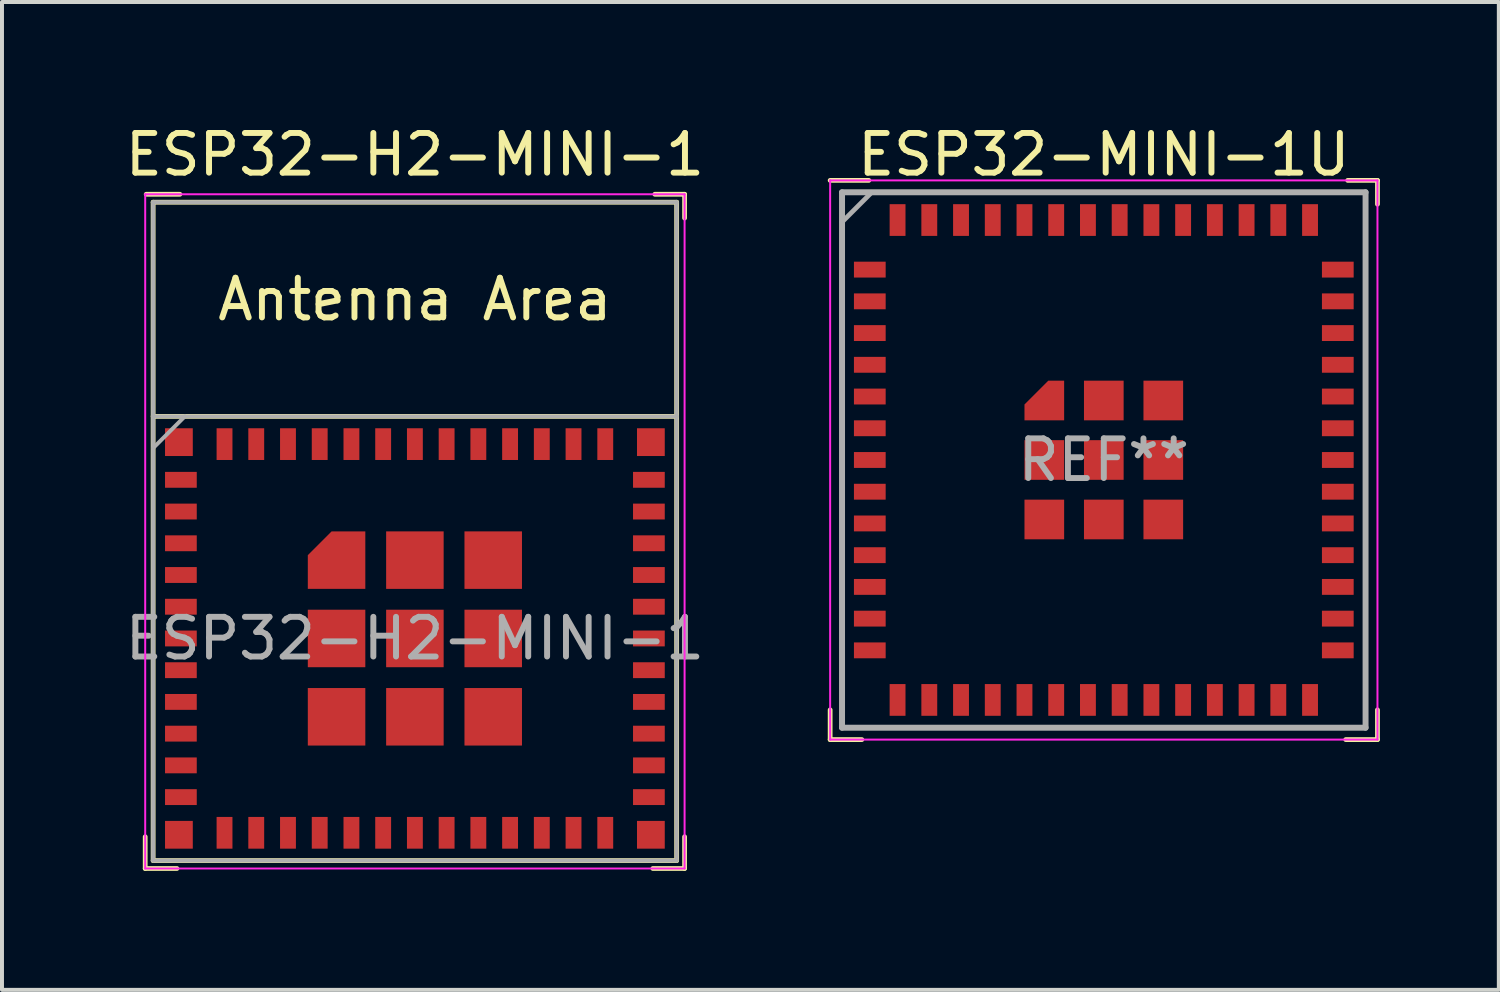
<source format=kicad_pcb>
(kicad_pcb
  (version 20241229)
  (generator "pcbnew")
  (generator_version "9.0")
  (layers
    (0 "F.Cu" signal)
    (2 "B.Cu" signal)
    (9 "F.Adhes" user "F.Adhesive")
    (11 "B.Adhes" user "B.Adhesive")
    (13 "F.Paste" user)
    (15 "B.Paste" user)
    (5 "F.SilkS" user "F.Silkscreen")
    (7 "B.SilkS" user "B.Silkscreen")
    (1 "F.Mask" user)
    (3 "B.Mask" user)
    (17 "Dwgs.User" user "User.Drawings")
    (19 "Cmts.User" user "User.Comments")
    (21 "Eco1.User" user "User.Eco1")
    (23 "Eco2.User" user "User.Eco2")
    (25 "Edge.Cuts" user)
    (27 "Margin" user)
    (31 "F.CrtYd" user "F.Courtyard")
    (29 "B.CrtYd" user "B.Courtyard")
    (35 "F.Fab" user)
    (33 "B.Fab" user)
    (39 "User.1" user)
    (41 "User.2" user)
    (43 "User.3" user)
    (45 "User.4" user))
  (footprint "ESP32-MINI-1U"
    (layer "F.Cu")
    (at 24.781 8.548)
    (property "Reference" "ESP32-MINI-1U" (at 0 -7.7 0) (layer "F.SilkS") (effects (font (size 1 1) (thickness 0.15))))
    (attr smd)
    (fp_line (start -6.9 6.3) (end -6.9 7.05) (stroke (width 0.12) (type solid)) (layer "F.SilkS"))
    (fp_line (start -6.9 7.05) (end -6.1 7.05) (stroke (width 0.12) (type solid)) (layer "F.SilkS"))
    (fp_line (start -6.6 -6.75) (end 6.6 -6.75) (stroke (width 0.12) (type solid)) (layer "F.SilkS"))
    (fp_line (start -6.6 6.75) (end -6.6 -6.75) (stroke (width 0.12) (type solid)) (layer "F.SilkS"))
    (fp_line (start -5.925 -7.05) (end -6.9 -7.05) (stroke (width 0.12) (type solid)) (layer "F.SilkS"))
    (fp_line (start 6.15 -7.05) (end 6.9 -7.05) (stroke (width 0.12) (type solid)) (layer "F.SilkS"))
    (fp_line (start 6.6 -6.75) (end 6.6 6.75) (stroke (width 0.12) (type solid)) (layer "F.SilkS"))
    (fp_line (start 6.6 6.75) (end -6.6 6.75) (stroke (width 0.12) (type solid)) (layer "F.SilkS"))
    (fp_line (start 6.9 -7.05) (end 6.9 -6.45) (stroke (width 0.12) (type solid)) (layer "F.SilkS"))
    (fp_line (start 6.9 6.3) (end 6.9 7.05) (stroke (width 0.12) (type solid)) (layer "F.SilkS"))
    (fp_line (start 6.9 7.05) (end 6.1 7.05) (stroke (width 0.12) (type solid)) (layer "F.SilkS"))
    (fp_line (start -6.9 -7.05) (end 6.9 -7.05) (stroke (width 0.05) (type solid)) (layer "F.CrtYd"))
    (fp_line (start -6.9 7.05) (end -6.9 -7.05) (stroke (width 0.05) (type solid)) (layer "F.CrtYd"))
    (fp_line (start 6.9 -7.05) (end 6.9 7.05) (stroke (width 0.05) (type solid)) (layer "F.CrtYd"))
    (fp_line (start 6.9 7.05) (end -6.9 7.05) (stroke (width 0.05) (type solid)) (layer "F.CrtYd"))
    (fp_line (start -6.6 -6.75) (end -6.6 6.75) (stroke (width 0.15) (type solid)) (layer "F.Fab"))
    (fp_line (start -6.6 6.75) (end 6.6 6.75) (stroke (width 0.15) (type solid)) (layer "F.Fab"))
    (fp_line (start -5.85 -6.75) (end -6.6 -6) (stroke (width 0.12) (type solid)) (layer "F.Fab"))
    (fp_line (start 6.6 -6.75) (end -6.6 -6.75) (stroke (width 0.15) (type solid)) (layer "F.Fab"))
    (fp_line (start 6.6 6.75) (end 6.6 -6.75) (stroke (width 0.15) (type solid)) (layer "F.Fab"))
    (fp_text user "REF**" (at 0 0 0) (layer "F.Fab") (effects (font (size 1 1) (thickness 0.15))))
    (pad "1" smd rect (at -5.9 -4.8 90) (size 0.4 0.8) (layers "F.Cu" "F.Mask" "F.Paste"))
    (pad "2" smd rect (at -5.9 -4 90) (size 0.4 0.8) (layers "F.Cu" "F.Mask" "F.Paste"))
    (pad "3" smd rect (at -5.9 -3.2 90) (size 0.4 0.8) (layers "F.Cu" "F.Mask" "F.Paste"))
    (pad "4" smd rect (at -5.9 -2.4 90) (size 0.4 0.8) (layers "F.Cu" "F.Mask" "F.Paste"))
    (pad "5" smd rect (at -5.9 -1.6 90) (size 0.4 0.8) (layers "F.Cu" "F.Mask" "F.Paste"))
    (pad "6" smd rect (at -5.9 -0.8 90) (size 0.4 0.8) (layers "F.Cu" "F.Mask" "F.Paste"))
    (pad "7" smd rect (at -5.9 0 90) (size 0.4 0.8) (layers "F.Cu" "F.Mask" "F.Paste"))
    (pad "8" smd rect (at -5.9 0.8 90) (size 0.4 0.8) (layers "F.Cu" "F.Mask" "F.Paste"))
    (pad "9" smd rect (at -5.9 1.6 90) (size 0.4 0.8) (layers "F.Cu" "F.Mask" "F.Paste"))
    (pad "10" smd rect (at -5.9 2.4 90) (size 0.4 0.8) (layers "F.Cu" "F.Mask" "F.Paste"))
    (pad "11" smd rect (at -5.9 3.2 90) (size 0.4 0.8) (layers "F.Cu" "F.Mask" "F.Paste"))
    (pad "12" smd rect (at -5.9 4 90) (size 0.4 0.8) (layers "F.Cu" "F.Mask" "F.Paste"))
    (pad "13" smd rect (at -5.9 4.8 90) (size 0.4 0.8) (layers "F.Cu" "F.Mask" "F.Paste"))
    (pad "14" smd rect (at -5.2 6.05) (size 0.4 0.8) (layers "F.Cu" "F.Mask" "F.Paste"))
    (pad "15" smd rect (at -4.4 6.05) (size 0.4 0.8) (layers "F.Cu" "F.Mask" "F.Paste"))
    (pad "16" smd rect (at -3.6 6.05) (size 0.4 0.8) (layers "F.Cu" "F.Mask" "F.Paste"))
    (pad "17" smd rect (at -2.8 6.05) (size 0.4 0.8) (layers "F.Cu" "F.Mask" "F.Paste"))
    (pad "18" smd rect (at -2 6.05) (size 0.4 0.8) (layers "F.Cu" "F.Mask" "F.Paste"))
    (pad "19" smd rect (at -1.2 6.05) (size 0.4 0.8) (layers "F.Cu" "F.Mask" "F.Paste"))
    (pad "20" smd rect (at -0.4 6.05) (size 0.4 0.8) (layers "F.Cu" "F.Mask" "F.Paste"))
    (pad "21" smd rect (at 0.4 6.05) (size 0.4 0.8) (layers "F.Cu" "F.Mask" "F.Paste"))
    (pad "22" smd rect (at 1.2 6.05) (size 0.4 0.8) (layers "F.Cu" "F.Mask" "F.Paste"))
    (pad "23" smd rect (at 2 6.05) (size 0.4 0.8) (layers "F.Cu" "F.Mask" "F.Paste"))
    (pad "24" smd rect (at 2.8 6.05) (size 0.4 0.8) (layers "F.Cu" "F.Mask" "F.Paste"))
    (pad "25" smd rect (at 3.6 6.05) (size 0.4 0.8) (layers "F.Cu" "F.Mask" "F.Paste"))
    (pad "26" smd rect (at 4.4 6.05) (size 0.4 0.8) (layers "F.Cu" "F.Mask" "F.Paste"))
    (pad "27" smd rect (at 5.2 6.05) (size 0.4 0.8) (layers "F.Cu" "F.Mask" "F.Paste"))
    (pad "28" smd rect (at 5.9 4.8 90) (size 0.4 0.8) (layers "F.Cu" "F.Mask" "F.Paste"))
    (pad "29" smd rect (at 5.9 4 90) (size 0.4 0.8) (layers "F.Cu" "F.Mask" "F.Paste"))
    (pad "30" smd rect (at 5.9 3.2 90) (size 0.4 0.8) (layers "F.Cu" "F.Mask" "F.Paste"))
    (pad "31" smd rect (at 5.9 2.4 90) (size 0.4 0.8) (layers "F.Cu" "F.Mask" "F.Paste"))
    (pad "32" smd rect (at 5.9 1.6 90) (size 0.4 0.8) (layers "F.Cu" "F.Mask" "F.Paste"))
    (pad "33" smd rect (at 5.9 0.8 90) (size 0.4 0.8) (layers "F.Cu" "F.Mask" "F.Paste"))
    (pad "34" smd rect (at 5.9 0 90) (size 0.4 0.8) (layers "F.Cu" "F.Mask" "F.Paste"))
    (pad "35" smd rect (at 5.9 -0.8 90) (size 0.4 0.8) (layers "F.Cu" "F.Mask" "F.Paste"))
    (pad "36" smd rect (at 5.9 -1.6 90) (size 0.4 0.8) (layers "F.Cu" "F.Mask" "F.Paste"))
    (pad "37" smd rect (at 5.9 -2.4 90) (size 0.4 0.8) (layers "F.Cu" "F.Mask" "F.Paste"))
    (pad "38" smd rect (at 5.9 -3.2 90) (size 0.4 0.8) (layers "F.Cu" "F.Mask" "F.Paste"))
    (pad "39" smd rect (at 5.9 -4 90) (size 0.4 0.8) (layers "F.Cu" "F.Mask" "F.Paste"))
    (pad "40" smd rect (at 5.9 -4.8 90) (size 0.4 0.8) (layers "F.Cu" "F.Mask" "F.Paste"))
    (pad "41" smd rect (at 5.2 -6.05) (size 0.4 0.8) (layers "F.Cu" "F.Mask" "F.Paste"))
    (pad "42" smd rect (at 4.4 -6.05) (size 0.4 0.8) (layers "F.Cu" "F.Mask" "F.Paste"))
    (pad "43" smd rect (at 3.6 -6.05) (size 0.4 0.8) (layers "F.Cu" "F.Mask" "F.Paste"))
    (pad "44" smd rect (at 2.8 -6.05) (size 0.4 0.8) (layers "F.Cu" "F.Mask" "F.Paste"))
    (pad "45" smd rect (at 2 -6.05) (size 0.4 0.8) (layers "F.Cu" "F.Mask" "F.Paste"))
    (pad "46" smd rect (at 1.2 -6.05) (size 0.4 0.8) (layers "F.Cu" "F.Mask" "F.Paste"))
    (pad "47" smd rect (at 0.4 -6.05) (size 0.4 0.8) (layers "F.Cu" "F.Mask" "F.Paste"))
    (pad "48" smd rect (at -0.4 -6.05) (size 0.4 0.8) (layers "F.Cu" "F.Mask" "F.Paste"))
    (pad "49" smd rect (at -1.2 -6.05) (size 0.4 0.8) (layers "F.Cu" "F.Mask" "F.Paste"))
    (pad "50" smd rect (at -2 -6.05) (size 0.4 0.8) (layers "F.Cu" "F.Mask" "F.Paste"))
    (pad "51" smd rect (at -2.8 -6.05) (size 0.4 0.8) (layers "F.Cu" "F.Mask" "F.Paste"))
    (pad "52" smd rect (at -3.6 -6.05) (size 0.4 0.8) (layers "F.Cu" "F.Mask" "F.Paste"))
    (pad "53" smd rect (at -4.4 -6.05) (size 0.4 0.8) (layers "F.Cu" "F.Mask" "F.Paste"))
    (pad "54" smd rect (at -5.2 -6.05) (size 0.4 0.8) (layers "F.Cu" "F.Mask" "F.Paste"))
    (pad "55" smd custom (at -1.5 -1.5 90) (size 0.4 0.4) (layers "F.Cu" "F.Mask" "F.Paste") (options (anchor rect)) (primitives (gr_poly (pts (xy -0.5 0.5) (xy -0.5 -0.5) (xy -0.1 -0.5) (xy 0.5 0.1) (xy 0.5 0.5)) (width 0) (fill yes))))
    (pad "55" smd rect (at -1.5 0 90) (size 1 1) (layers "F.Cu" "F.Mask" "F.Paste"))
    (pad "55" smd rect (at -1.5 1.5 90) (size 1 1) (layers "F.Cu" "F.Mask" "F.Paste"))
    (pad "55" smd rect (at 0 -1.5 90) (size 1 1) (layers "F.Cu" "F.Mask" "F.Paste"))
    (pad "55" smd rect (at 0 0 90) (size 1 1) (layers "F.Cu" "F.Mask" "F.Paste"))
    (pad "55" smd rect (at 0 1.5 90) (size 1 1) (layers "F.Cu" "F.Mask" "F.Paste"))
    (pad "55" smd rect (at 1.5 -1.5 90) (size 1 1) (layers "F.Cu" "F.Mask" "F.Paste"))
    (pad "55" smd rect (at 1.5 0 90) (size 1 1) (layers "F.Cu" "F.Mask" "F.Paste"))
    (pad "55" smd rect (at 1.5 1.5 90) (size 1 1) (layers "F.Cu" "F.Mask" "F.Paste")))
  (footprint "ESP32-H2-MINI-1"
    (layer "F.Cu")
    (at 7.411 10.348)
    (property "Reference" "ESP32-H2-MINI-1" (at 0 -9.5 0) (layer "F.SilkS") (effects (font (size 1 1) (thickness 0.15))))
    (attr smd)
    (fp_line (start -6.8 7.7) (end -6.8 8.5) (stroke (width 0.12) (type solid)) (layer "F.SilkS"))
    (fp_line (start -6.8 8.5) (end -6 8.5) (stroke (width 0.12) (type solid)) (layer "F.SilkS"))
    (fp_line (start -6.6 -8.3) (end 6.6 -8.3) (stroke (width 0.12) (type solid)) (layer "F.SilkS"))
    (fp_line (start -6.6 -2.9) (end 6.6 -2.9) (stroke (width 0.12) (type solid)) (layer "F.SilkS"))
    (fp_line (start -6.6 8.3) (end -6.6 -8.3) (stroke (width 0.12) (type solid)) (layer "F.SilkS"))
    (fp_line (start -5.925 -8.5) (end -6.775 -8.5) (stroke (width 0.12) (type solid)) (layer "F.SilkS"))
    (fp_line (start 6.05 -8.5) (end 6.8 -8.5) (stroke (width 0.12) (type solid)) (layer "F.SilkS"))
    (fp_line (start 6.6 -8.3) (end 6.6 8.3) (stroke (width 0.12) (type solid)) (layer "F.SilkS"))
    (fp_line (start 6.6 8.3) (end -6.6 8.3) (stroke (width 0.12) (type solid)) (layer "F.SilkS"))
    (fp_line (start 6.8 -8.5) (end 6.8 -7.9) (stroke (width 0.12) (type solid)) (layer "F.SilkS"))
    (fp_line (start 6.8 7.7) (end 6.8 8.5) (stroke (width 0.12) (type solid)) (layer "F.SilkS"))
    (fp_line (start 6.8 8.5) (end 6 8.5) (stroke (width 0.12) (type solid)) (layer "F.SilkS"))
    (fp_line (start -6.8 -8.5) (end 6.8 -8.5) (stroke (width 0.05) (type solid)) (layer "F.CrtYd"))
    (fp_line (start -6.8 8.5) (end -6.8 -8.5) (stroke (width 0.05) (type solid)) (layer "F.CrtYd"))
    (fp_line (start 6.8 -8.5) (end 6.8 8.5) (stroke (width 0.05) (type solid)) (layer "F.CrtYd"))
    (fp_line (start 6.8 8.5) (end -6.8 8.5) (stroke (width 0.05) (type solid)) (layer "F.CrtYd"))
    (fp_line (start -6.6 8.3) (end -6.6 -8.3) (stroke (width 0.1) (type solid)) (layer "F.Fab"))
    (fp_line (start -6.6 8.3) (end 6.6 8.3) (stroke (width 0.1) (type solid)) (layer "F.Fab"))
    (fp_line (start -5.8 -2.9) (end -6.6 -2.1) (stroke (width 0.1) (type solid)) (layer "F.Fab"))
    (fp_line (start 6.6 -8.3) (end -6.6 -8.3) (stroke (width 0.1) (type solid)) (layer "F.Fab"))
    (fp_line (start 6.6 -2.9) (end -6.6 -2.9) (stroke (width 0.1) (type solid)) (layer "F.Fab"))
    (fp_line (start 6.6 8.3) (end 6.6 -8.3) (stroke (width 0.1) (type solid)) (layer "F.Fab"))
    (fp_text user "Antenna Area" (at 0 -5.85 0) (layer "F.SilkS") (effects (font (size 1 1) (thickness 0.15))))
    (fp_text user "${REFERENCE}" (at 0 2.7 0) (layer "F.Fab") (effects (font (size 1 1) (thickness 0.15))))
    (pad "1" smd rect (at -5.9 -1.3 90) (size 0.4 0.8) (layers "F.Cu" "F.Mask" "F.Paste"))
    (pad "2" smd rect (at -5.9 -0.5 90) (size 0.4 0.8) (layers "F.Cu" "F.Mask" "F.Paste"))
    (pad "3" smd rect (at -5.9 0.3 90) (size 0.4 0.8) (layers "F.Cu" "F.Mask" "F.Paste"))
    (pad "4" smd rect (at -5.9 1.1 90) (size 0.4 0.8) (layers "F.Cu" "F.Mask" "F.Paste"))
    (pad "5" smd rect (at -5.9 1.9 90) (size 0.4 0.8) (layers "F.Cu" "F.Mask" "F.Paste"))
    (pad "6" smd rect (at -5.9 2.7 90) (size 0.4 0.8) (layers "F.Cu" "F.Mask" "F.Paste"))
    (pad "7" smd rect (at -5.9 3.5 90) (size 0.4 0.8) (layers "F.Cu" "F.Mask" "F.Paste"))
    (pad "8" smd rect (at -5.9 4.3 90) (size 0.4 0.8) (layers "F.Cu" "F.Mask" "F.Paste"))
    (pad "9" smd rect (at -5.9 5.1 90) (size 0.4 0.8) (layers "F.Cu" "F.Mask" "F.Paste"))
    (pad "10" smd rect (at -5.9 5.9 90) (size 0.4 0.8) (layers "F.Cu" "F.Mask" "F.Paste"))
    (pad "11" smd rect (at -5.9 6.7 90) (size 0.4 0.8) (layers "F.Cu" "F.Mask" "F.Paste"))
    (pad "12" smd rect (at -4.8 7.6) (size 0.4 0.8) (layers "F.Cu" "F.Mask" "F.Paste"))
    (pad "13" smd rect (at -4 7.6) (size 0.4 0.8) (layers "F.Cu" "F.Mask" "F.Paste"))
    (pad "14" smd rect (at -3.2 7.6) (size 0.4 0.8) (layers "F.Cu" "F.Mask" "F.Paste"))
    (pad "15" smd rect (at -2.4 7.6) (size 0.4 0.8) (layers "F.Cu" "F.Mask" "F.Paste"))
    (pad "16" smd rect (at -1.6 7.6) (size 0.4 0.8) (layers "F.Cu" "F.Mask" "F.Paste"))
    (pad "17" smd rect (at -0.8 7.6) (size 0.4 0.8) (layers "F.Cu" "F.Mask" "F.Paste"))
    (pad "18" smd rect (at 0 7.6) (size 0.4 0.8) (layers "F.Cu" "F.Mask" "F.Paste"))
    (pad "19" smd rect (at 0.8 7.6) (size 0.4 0.8) (layers "F.Cu" "F.Mask" "F.Paste"))
    (pad "20" smd rect (at 1.6 7.6) (size 0.4 0.8) (layers "F.Cu" "F.Mask" "F.Paste"))
    (pad "21" smd rect (at 2.4 7.6) (size 0.4 0.8) (layers "F.Cu" "F.Mask" "F.Paste"))
    (pad "22" smd rect (at 3.2 7.6) (size 0.4 0.8) (layers "F.Cu" "F.Mask" "F.Paste"))
    (pad "23" smd rect (at 4 7.6) (size 0.4 0.8) (layers "F.Cu" "F.Mask" "F.Paste"))
    (pad "24" smd rect (at 4.8 7.6) (size 0.4 0.8) (layers "F.Cu" "F.Mask" "F.Paste"))
    (pad "25" smd rect (at 5.9 6.7 90) (size 0.4 0.8) (layers "F.Cu" "F.Mask" "F.Paste"))
    (pad "26" smd rect (at 5.9 5.9 90) (size 0.4 0.8) (layers "F.Cu" "F.Mask" "F.Paste"))
    (pad "27" smd rect (at 5.9 5.1 90) (size 0.4 0.8) (layers "F.Cu" "F.Mask" "F.Paste"))
    (pad "28" smd rect (at 5.9 4.3 90) (size 0.4 0.8) (layers "F.Cu" "F.Mask" "F.Paste"))
    (pad "29" smd rect (at 5.9 3.5 90) (size 0.4 0.8) (layers "F.Cu" "F.Mask" "F.Paste"))
    (pad "30" smd rect (at 5.9 2.7 90) (size 0.4 0.8) (layers "F.Cu" "F.Mask" "F.Paste"))
    (pad "31" smd rect (at 5.9 1.9 90) (size 0.4 0.8) (layers "F.Cu" "F.Mask" "F.Paste"))
    (pad "32" smd rect (at 5.9 1.1 90) (size 0.4 0.8) (layers "F.Cu" "F.Mask" "F.Paste"))
    (pad "33" smd rect (at 5.9 0.3 90) (size 0.4 0.8) (layers "F.Cu" "F.Mask" "F.Paste"))
    (pad "34" smd rect (at 5.9 -0.5 90) (size 0.4 0.8) (layers "F.Cu" "F.Mask" "F.Paste"))
    (pad "35" smd rect (at 5.9 -1.3 90) (size 0.4 0.8) (layers "F.Cu" "F.Mask" "F.Paste"))
    (pad "36" smd rect (at 4.8 -2.2) (size 0.4 0.8) (layers "F.Cu" "F.Mask" "F.Paste"))
    (pad "37" smd rect (at 4 -2.2) (size 0.4 0.8) (layers "F.Cu" "F.Mask" "F.Paste"))
    (pad "38" smd rect (at 3.2 -2.2) (size 0.4 0.8) (layers "F.Cu" "F.Mask" "F.Paste"))
    (pad "39" smd rect (at 2.4 -2.2) (size 0.4 0.8) (layers "F.Cu" "F.Mask" "F.Paste"))
    (pad "40" smd rect (at 1.6 -2.2) (size 0.4 0.8) (layers "F.Cu" "F.Mask" "F.Paste"))
    (pad "41" smd rect (at 0.8 -2.2) (size 0.4 0.8) (layers "F.Cu" "F.Mask" "F.Paste"))
    (pad "42" smd rect (at 0 -2.2) (size 0.4 0.8) (layers "F.Cu" "F.Mask" "F.Paste"))
    (pad "43" smd rect (at -0.8 -2.2) (size 0.4 0.8) (layers "F.Cu" "F.Mask" "F.Paste"))
    (pad "44" smd rect (at -1.6 -2.2) (size 0.4 0.8) (layers "F.Cu" "F.Mask" "F.Paste"))
    (pad "45" smd rect (at -2.4 -2.2) (size 0.4 0.8) (layers "F.Cu" "F.Mask" "F.Paste"))
    (pad "46" smd rect (at -3.2 -2.2) (size 0.4 0.8) (layers "F.Cu" "F.Mask" "F.Paste"))
    (pad "47" smd rect (at -4 -2.2) (size 0.4 0.8) (layers "F.Cu" "F.Mask" "F.Paste"))
    (pad "48" smd rect (at -4.8 -2.2) (size 0.4 0.8) (layers "F.Cu" "F.Mask" "F.Paste"))
    (pad "49" smd custom (at -1.975 0.725) (size 0.8 0.8) (layers "F.Cu" "F.Mask" "F.Paste") (options (anchor rect)) (primitives (gr_poly (pts (xy 0.725 0.725) (xy -0.725 0.725) (xy -0.725 -0.125) (xy -0.125 -0.725) (xy 0.725 -0.725)) (width 0) (fill yes))))
    (pad "49" smd rect (at -1.975 2.7 90) (size 1.45 1.45) (layers "F.Cu" "F.Mask" "F.Paste"))
    (pad "49" smd rect (at -1.975 4.675 90) (size 1.45 1.45) (layers "F.Cu" "F.Mask" "F.Paste"))
    (pad "49" smd rect (at 0 0.725 90) (size 1.45 1.45) (layers "F.Cu" "F.Mask" "F.Paste"))
    (pad "49" smd rect (at 0 2.7 90) (size 1.45 1.45) (layers "F.Cu" "F.Mask" "F.Paste"))
    (pad "49" smd rect (at 0 4.675 90) (size 1.45 1.45) (layers "F.Cu" "F.Mask" "F.Paste"))
    (pad "49" smd rect (at 1.975 0.725 90) (size 1.45 1.45) (layers "F.Cu" "F.Mask" "F.Paste"))
    (pad "49" smd rect (at 1.975 2.7 90) (size 1.45 1.45) (layers "F.Cu" "F.Mask" "F.Paste"))
    (pad "49" smd rect (at 1.975 4.675 90) (size 1.45 1.45) (layers "F.Cu" "F.Mask" "F.Paste"))
    (pad "50" smd rect (at 5.95 -2.25 90) (size 0.7 0.7) (layers "F.Cu" "F.Mask" "F.Paste"))
    (pad "51" smd rect (at 5.95 7.65 90) (size 0.7 0.7) (layers "F.Cu" "F.Mask" "F.Paste"))
    (pad "52" smd rect (at -5.95 7.65 90) (size 0.7 0.7) (layers "F.Cu" "F.Mask" "F.Paste"))
    (pad "53" smd rect (at -5.95 -2.25 90) (size 0.7 0.7) (layers "F.Cu" "F.Mask" "F.Paste"))
    (zone (net_name "") (layers "F.Cu" "B.Cu") (name "antenna keepout") (hatch edge 0.508) (connect_pads) (min_thickness 0.254) (filled_areas_thickness no) (keepout (tracks not_allowed) (vias not_allowed) (pads not_allowed) (copperpour not_allowed) (footprints not_allowed)) (placement (enabled no)) (fill) (polygon (pts (xy 14.011 7.448) (xy 0.811 7.448) (xy 0.811 2.048) (xy 14.011 2.048)))))
  (gr_rect
    (start -3 -3)
    (end 34.741 21.908)
    (stroke (width 0.1) (type default))
    (fill no)
    (layer "Edge.Cuts")))
</source>
